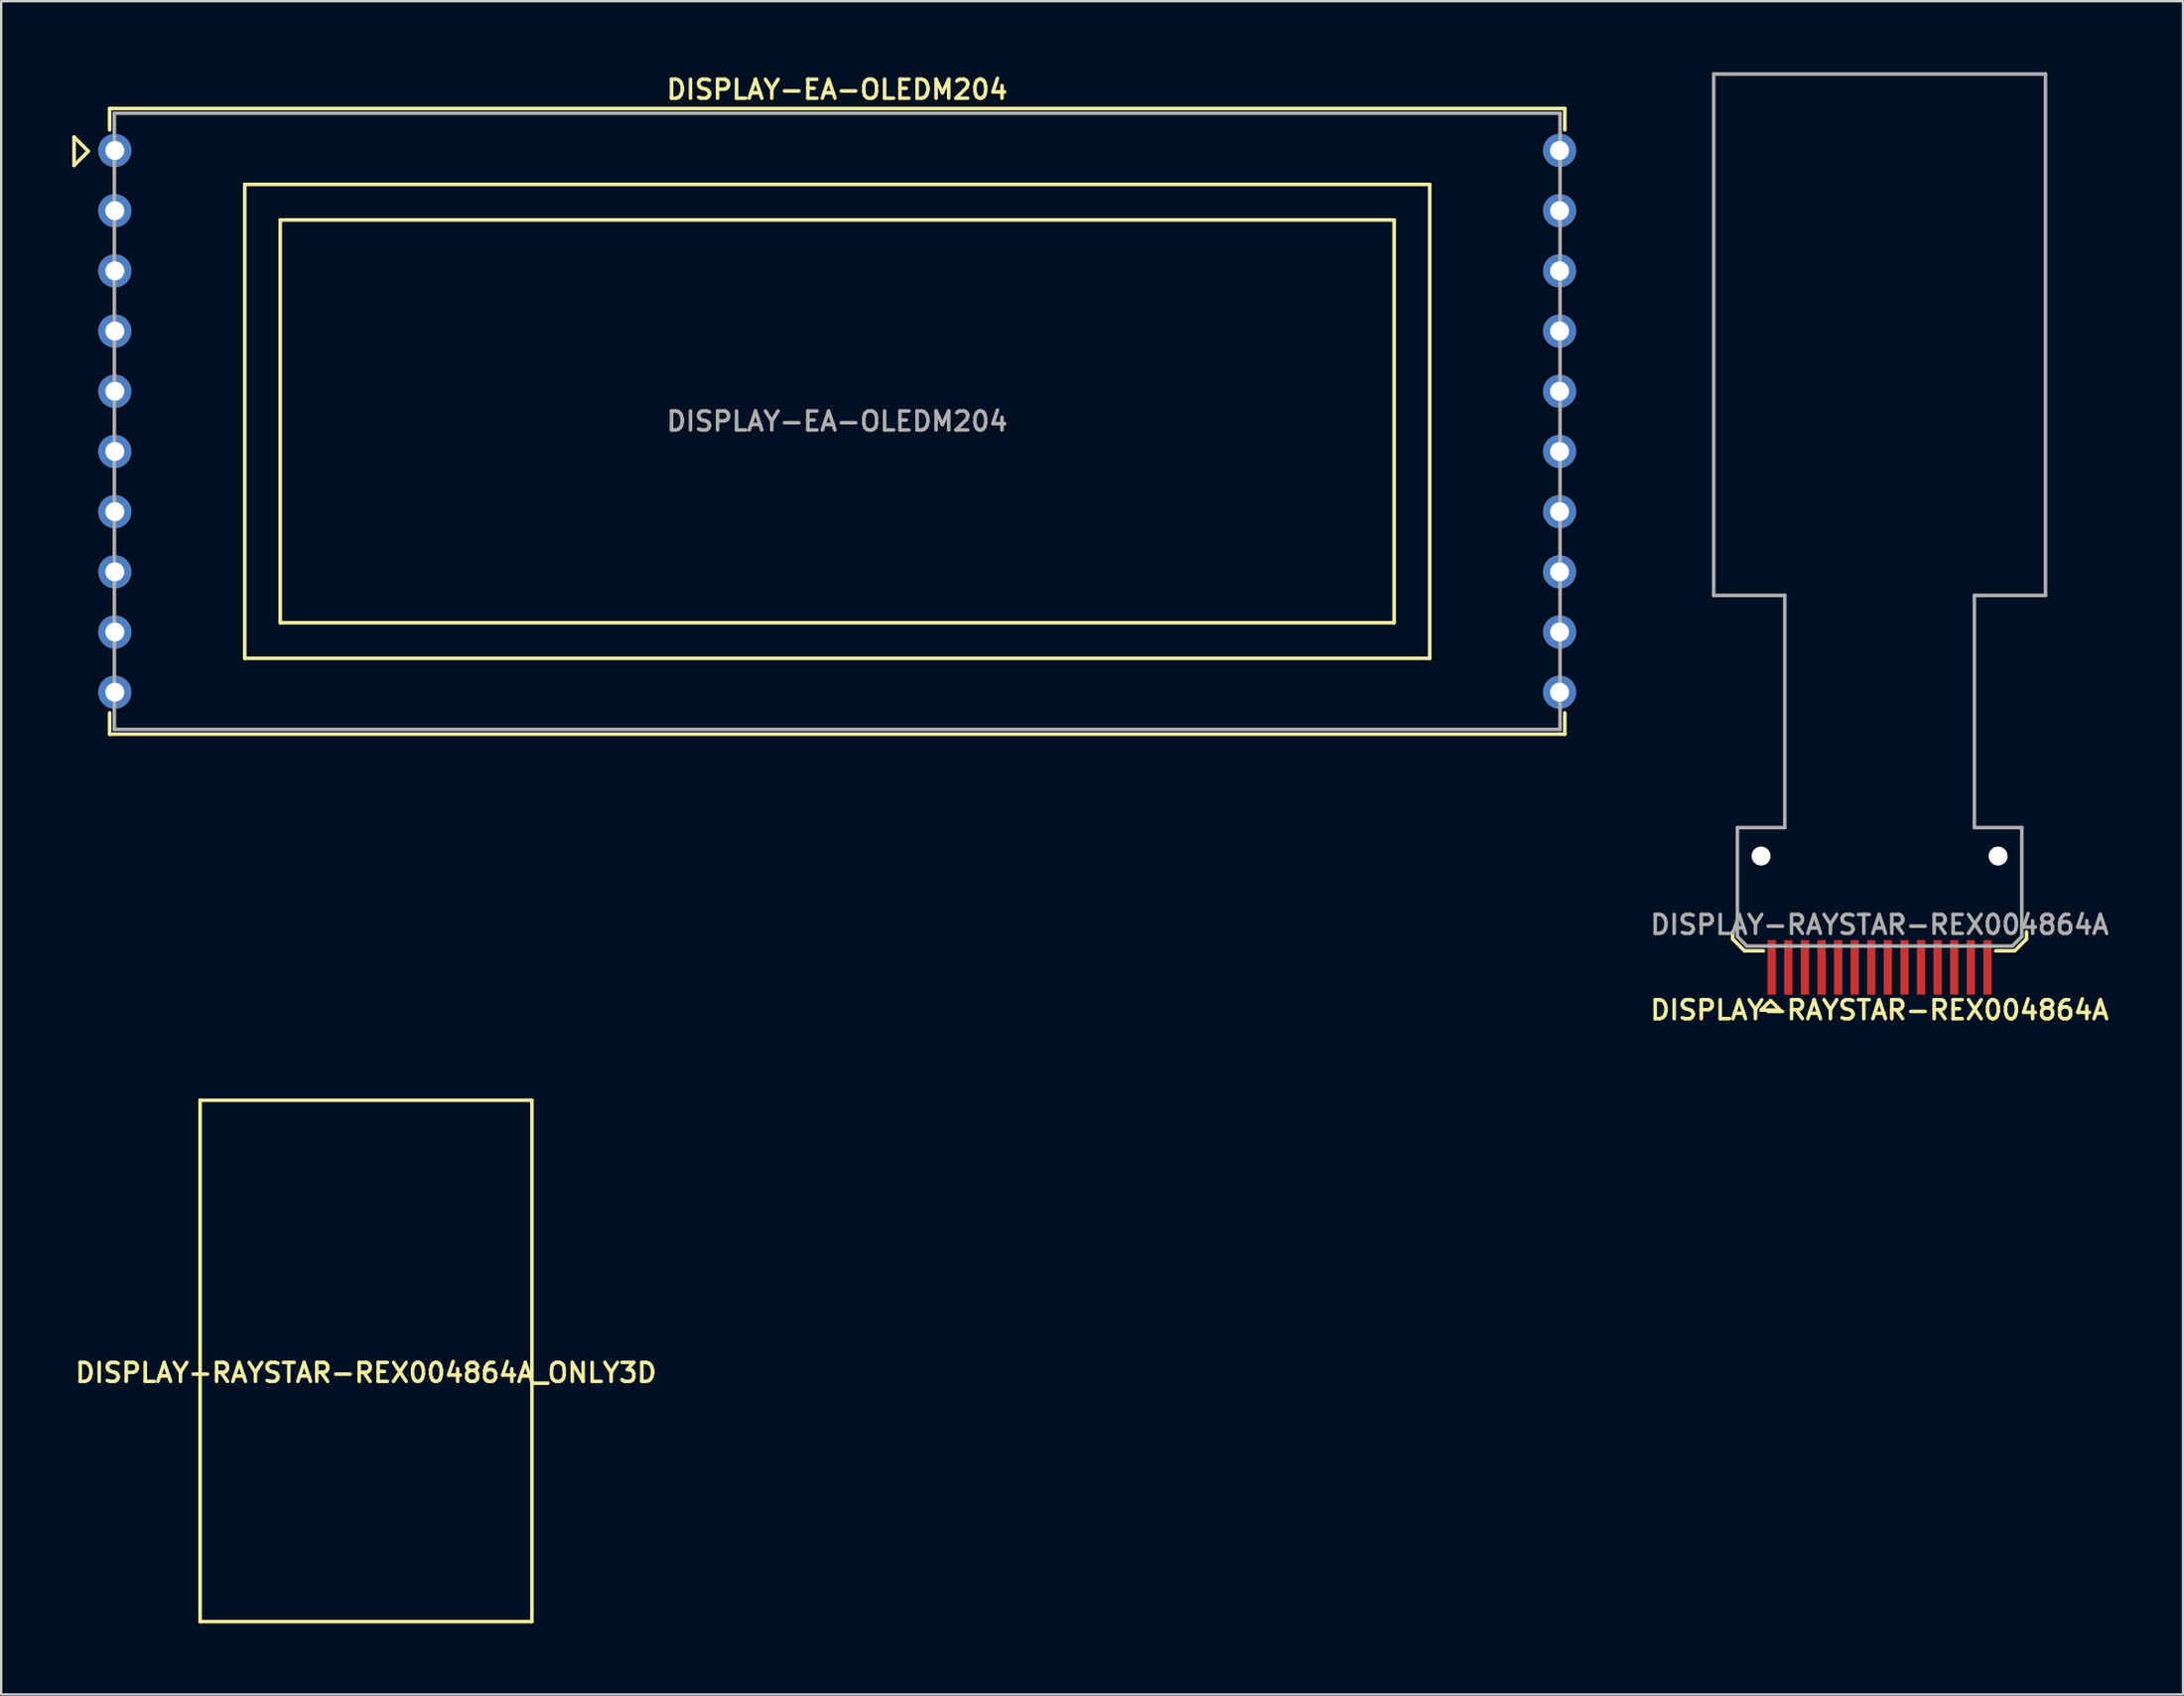
<source format=kicad_pcb>
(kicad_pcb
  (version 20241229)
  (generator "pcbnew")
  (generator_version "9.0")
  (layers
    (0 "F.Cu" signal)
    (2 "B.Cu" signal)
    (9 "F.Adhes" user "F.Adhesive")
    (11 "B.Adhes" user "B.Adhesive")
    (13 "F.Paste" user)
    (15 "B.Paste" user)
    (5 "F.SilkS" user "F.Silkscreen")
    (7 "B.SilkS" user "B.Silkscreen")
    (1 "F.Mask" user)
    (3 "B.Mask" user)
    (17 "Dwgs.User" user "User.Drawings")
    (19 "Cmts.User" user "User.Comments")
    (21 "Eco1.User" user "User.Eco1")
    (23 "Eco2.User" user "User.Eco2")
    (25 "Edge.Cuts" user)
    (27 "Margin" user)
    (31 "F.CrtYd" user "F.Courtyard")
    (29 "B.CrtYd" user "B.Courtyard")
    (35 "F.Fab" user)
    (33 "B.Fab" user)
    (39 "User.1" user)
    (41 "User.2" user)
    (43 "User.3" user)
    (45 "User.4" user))
  (footprint "DISPLAY-RAYSTAR-REX004864A_ONLY3D"
    (layer "F.Cu")
    (at 12.393 54.381)
    (property "Reference" "DISPLAY-RAYSTAR-REX004864A_ONLY3D" (at 0 0.5 0) (layer "F.SilkS") (effects (font (size 0.8 0.8) (thickness 0.15))))
    (attr exclude_from_pos_files exclude_from_bom)
    (fp_line (start -7 -11) (end 7 -11) (stroke (width 0.15) (type solid)) (layer "F.SilkS"))
    (fp_line (start -7 11) (end -7 -11) (stroke (width 0.15) (type solid)) (layer "F.SilkS"))
    (fp_line (start 7 -11) (end 7 11) (stroke (width 0.15) (type solid)) (layer "F.SilkS"))
    (fp_line (start 7 11) (end -7 11) (stroke (width 0.15) (type solid)) (layer "F.SilkS")))
  (footprint "DISPLAY-EA-OLEDM204"
    (layer "F.Cu")
    (at 32.275 14.731)
    (property "Reference" "DISPLAY-EA-OLEDM204" (at 0 -14 0) (layer "F.SilkS") (effects (font (size 0.8 0.8) (thickness 0.15))))
    (attr through_hole)
    (fp_line (start -32.2 -12) (end -32.2 -10.8) (stroke (width 0.15) (type solid)) (layer "F.SilkS"))
    (fp_line (start -32.2 -10.8) (end -31.6 -11.4) (stroke (width 0.15) (type solid)) (layer "F.SilkS"))
    (fp_line (start -31.6 -11.4) (end -32.2 -12) (stroke (width 0.15) (type solid)) (layer "F.SilkS"))
    (fp_line (start -30.7 -13.2) (end 30.7 -13.2) (stroke (width 0.15) (type solid)) (layer "F.SilkS"))
    (fp_line (start -30.7 -12.3) (end -30.7 -13.2) (stroke (width 0.15) (type solid)) (layer "F.SilkS"))
    (fp_line (start -30.7 12.3) (end -30.7 13.2) (stroke (width 0.15) (type solid)) (layer "F.SilkS"))
    (fp_line (start -30.7 13.2) (end 30.7 13.2) (stroke (width 0.15) (type solid)) (layer "F.SilkS"))
    (fp_line (start -25 -10) (end -25 10) (stroke (width 0.15) (type solid)) (layer "F.SilkS"))
    (fp_line (start -25 10) (end 25 10) (stroke (width 0.15) (type solid)) (layer "F.SilkS"))
    (fp_line (start -23.5 -8.5) (end -23.5 8.5) (stroke (width 0.15) (type solid)) (layer "F.SilkS"))
    (fp_line (start -23.5 8.5) (end 23.5 8.5) (stroke (width 0.15) (type solid)) (layer "F.SilkS"))
    (fp_line (start 23.5 -8.5) (end -23.5 -8.5) (stroke (width 0.15) (type solid)) (layer "F.SilkS"))
    (fp_line (start 23.5 8.5) (end 23.5 -8.5) (stroke (width 0.15) (type solid)) (layer "F.SilkS"))
    (fp_line (start 25 -10) (end -25 -10) (stroke (width 0.15) (type solid)) (layer "F.SilkS"))
    (fp_line (start 25 10) (end 25 -10) (stroke (width 0.15) (type solid)) (layer "F.SilkS"))
    (fp_line (start 30.7 -13.2) (end 30.7 -12.3) (stroke (width 0.15) (type solid)) (layer "F.SilkS"))
    (fp_line (start 30.7 13.2) (end 30.7 12.3) (stroke (width 0.15) (type solid)) (layer "F.SilkS"))
    (fp_line (start -30.5 -13) (end -30.5 13) (stroke (width 0.15) (type solid)) (layer "F.Fab"))
    (fp_line (start -30.5 13) (end 30.5 13) (stroke (width 0.15) (type solid)) (layer "F.Fab"))
    (fp_line (start 30.5 -13) (end -30.5 -13) (stroke (width 0.15) (type solid)) (layer "F.Fab"))
    (fp_line (start 30.5 13) (end 30.5 -13) (stroke (width 0.15) (type solid)) (layer "F.Fab"))
    (fp_text user "${REFERENCE}" (at 0 0 0) (layer "F.Fab") (effects (font (size 0.8 0.8) (thickness 0.15))))
    (pad "1" thru_hole circle (at -30.48 -11.43) (size 1.4 1.4) (drill 0.8) (layers "*.Cu" "*.Mask"))
    (pad "2" thru_hole circle (at -30.48 -8.89) (size 1.4 1.4) (drill 0.8) (layers "*.Cu" "*.Mask"))
    (pad "3" thru_hole circle (at -30.48 -6.35) (size 1.4 1.4) (drill 0.8) (layers "*.Cu" "*.Mask"))
    (pad "4" thru_hole circle (at -30.48 -3.81) (size 1.4 1.4) (drill 0.8) (layers "*.Cu" "*.Mask"))
    (pad "5" thru_hole circle (at -30.48 -1.27) (size 1.4 1.4) (drill 0.8) (layers "*.Cu" "*.Mask"))
    (pad "6" thru_hole circle (at -30.48 1.27) (size 1.4 1.4) (drill 0.8) (layers "*.Cu" "*.Mask"))
    (pad "7" thru_hole circle (at -30.48 3.81) (size 1.4 1.4) (drill 0.8) (layers "*.Cu" "*.Mask"))
    (pad "8" thru_hole circle (at -30.48 6.35) (size 1.4 1.4) (drill 0.8) (layers "*.Cu" "*.Mask"))
    (pad "9" thru_hole circle (at -30.48 8.89) (size 1.4 1.4) (drill 0.8) (layers "*.Cu" "*.Mask"))
    (pad "10" thru_hole circle (at -30.48 11.43) (size 1.4 1.4) (drill 0.8) (layers "*.Cu" "*.Mask"))
    (pad "11" thru_hole circle (at 30.48 11.43) (size 1.4 1.4) (drill 0.8) (layers "*.Cu" "*.Mask"))
    (pad "12" thru_hole circle (at 30.48 8.89) (size 1.4 1.4) (drill 0.8) (layers "*.Cu" "*.Mask"))
    (pad "13" thru_hole circle (at 30.48 6.35) (size 1.4 1.4) (drill 0.8) (layers "*.Cu" "*.Mask"))
    (pad "14" thru_hole circle (at 30.48 3.81) (size 1.4 1.4) (drill 0.8) (layers "*.Cu" "*.Mask"))
    (pad "15" thru_hole circle (at 30.48 1.27) (size 1.4 1.4) (drill 0.8) (layers "*.Cu" "*.Mask"))
    (pad "16" thru_hole circle (at 30.48 -1.27) (size 1.4 1.4) (drill 0.8) (layers "*.Cu" "*.Mask"))
    (pad "17" thru_hole circle (at 30.48 -3.81) (size 1.4 1.4) (drill 0.8) (layers "*.Cu" "*.Mask"))
    (pad "18" thru_hole circle (at 30.48 -6.35) (size 1.4 1.4) (drill 0.8) (layers "*.Cu" "*.Mask"))
    (pad "19" thru_hole circle (at 30.48 -8.89) (size 1.4 1.4) (drill 0.8) (layers "*.Cu" "*.Mask"))
    (pad "20" thru_hole circle (at 30.48 -11.43) (size 1.4 1.4) (drill 0.8) (layers "*.Cu" "*.Mask")))
  (footprint "DISPLAY-RAYSTAR-REX004864A"
    (layer "F.Cu")
    (at 76.257 37.775)
    (property "Reference" "DISPLAY-RAYSTAR-REX004864A" (at 0 1.8 0) (layer "F.SilkS") (effects (font (size 0.8 0.8) (thickness 0.15))))
    (attr through_hole)
    (fp_line (start -6.2 -1.2) (end -6.2 -1.5) (stroke (width 0.15) (type solid)) (layer "F.SilkS"))
    (fp_line (start -5.7 -0.7) (end -6.2 -1.2) (stroke (width 0.15) (type solid)) (layer "F.SilkS"))
    (fp_line (start -5 1.8) (end -4.2 1.8) (stroke (width 0.15) (type solid)) (layer "F.SilkS"))
    (fp_line (start -4.9 -0.7) (end -5.7 -0.7) (stroke (width 0.15) (type solid)) (layer "F.SilkS"))
    (fp_line (start -4.6 1.4) (end -5 1.8) (stroke (width 0.15) (type solid)) (layer "F.SilkS"))
    (fp_line (start -4.2 1.8) (end -4.6 1.4) (stroke (width 0.15) (type solid)) (layer "F.SilkS"))
    (fp_line (start 4.9 -0.7) (end 5.7 -0.7) (stroke (width 0.15) (type solid)) (layer "F.SilkS"))
    (fp_line (start 5.7 -0.7) (end 6.2 -1.2) (stroke (width 0.15) (type solid)) (layer "F.SilkS"))
    (fp_line (start 6.2 -1.2) (end 6.2 -1.5) (stroke (width 0.15) (type solid)) (layer "F.SilkS"))
    (fp_line (start -7 -15.7) (end -7 -37.7) (stroke (width 0.15) (type solid)) (layer "F.Fab"))
    (fp_line (start -6 -5.9) (end -4 -5.9) (stroke (width 0.15) (type solid)) (layer "F.Fab"))
    (fp_line (start -6 -1.3) (end -6 -5.9) (stroke (width 0.15) (type solid)) (layer "F.Fab"))
    (fp_line (start -6 -1.3) (end -5.6 -0.9) (stroke (width 0.15) (type solid)) (layer "F.Fab"))
    (fp_line (start -5.6 -0.9) (end 5.6 -0.9) (stroke (width 0.15) (type solid)) (layer "F.Fab"))
    (fp_line (start -4 -15.7) (end -7 -15.7) (stroke (width 0.15) (type solid)) (layer "F.Fab"))
    (fp_line (start -4 -5.9) (end -4 -15.7) (stroke (width 0.15) (type solid)) (layer "F.Fab"))
    (fp_line (start 4 -15.7) (end 7 -15.7) (stroke (width 0.15) (type solid)) (layer "F.Fab"))
    (fp_line (start 4 -5.9) (end 4 -15.7) (stroke (width 0.15) (type solid)) (layer "F.Fab"))
    (fp_line (start 5.6 -0.9) (end 6 -1.3) (stroke (width 0.15) (type solid)) (layer "F.Fab"))
    (fp_line (start 6 -5.9) (end 4 -5.9) (stroke (width 0.15) (type solid)) (layer "F.Fab"))
    (fp_line (start 6 -1.3) (end 6 -5.9) (stroke (width 0.15) (type solid)) (layer "F.Fab"))
    (fp_line (start 7 -37.7) (end -7 -37.7) (stroke (width 0.15) (type solid)) (layer "F.Fab"))
    (fp_line (start 7 -15.7) (end 7 -37.7) (stroke (width 0.15) (type solid)) (layer "F.Fab"))
    (fp_text user "${REFERENCE}" (at 0 -1.8 0) (layer "F.Fab") (effects (font (size 0.8 0.8) (thickness 0.15))))
    (pad "" np_thru_hole circle (at -5 -4.7) (size 0.8 0.8) (drill 0.8) (layers "*.Cu" "*.Mask"))
    (pad "" np_thru_hole circle (at 5 -4.7) (size 0.8 0.8) (drill 0.8) (layers "*.Cu" "*.Mask"))
    (pad "1" smd rect (at -4.55 0) (size 0.35 2.3) (layers "F.Cu" "F.Mask" "F.Paste"))
    (pad "2" smd rect (at -3.85 0) (size 0.35 2.3) (layers "F.Cu" "F.Mask" "F.Paste"))
    (pad "3" smd rect (at -3.15 0) (size 0.35 2.3) (layers "F.Cu" "F.Mask" "F.Paste"))
    (pad "4" smd rect (at -2.45 0) (size 0.35 2.3) (layers "F.Cu" "F.Mask" "F.Paste"))
    (pad "5" smd rect (at -1.75 0) (size 0.35 2.3) (layers "F.Cu" "F.Mask" "F.Paste"))
    (pad "6" smd rect (at -1.05 0) (size 0.35 2.3) (layers "F.Cu" "F.Mask" "F.Paste"))
    (pad "7" smd rect (at -0.35 0) (size 0.35 2.3) (layers "F.Cu" "F.Mask" "F.Paste"))
    (pad "8" smd rect (at 0.35 0) (size 0.35 2.3) (layers "F.Cu" "F.Mask" "F.Paste"))
    (pad "9" smd rect (at 1.05 0) (size 0.35 2.3) (layers "F.Cu" "F.Mask" "F.Paste"))
    (pad "10" smd rect (at 1.75 0) (size 0.35 2.3) (layers "F.Cu" "F.Mask" "F.Paste"))
    (pad "11" smd rect (at 2.45 0) (size 0.35 2.3) (layers "F.Cu" "F.Mask" "F.Paste"))
    (pad "12" smd rect (at 3.15 0) (size 0.35 2.3) (layers "F.Cu" "F.Mask" "F.Paste"))
    (pad "13" smd rect (at 3.85 0) (size 0.35 2.3) (layers "F.Cu" "F.Mask" "F.Paste"))
    (pad "14" smd rect (at 4.55 0) (size 0.35 2.3) (layers "F.Cu" "F.Mask" "F.Paste")))
  (gr_rect
    (start -3 -3)
    (end 89.059 68.456)
    (stroke (width 0.1) (type default))
    (fill no)
    (layer "Edge.Cuts")))
</source>
